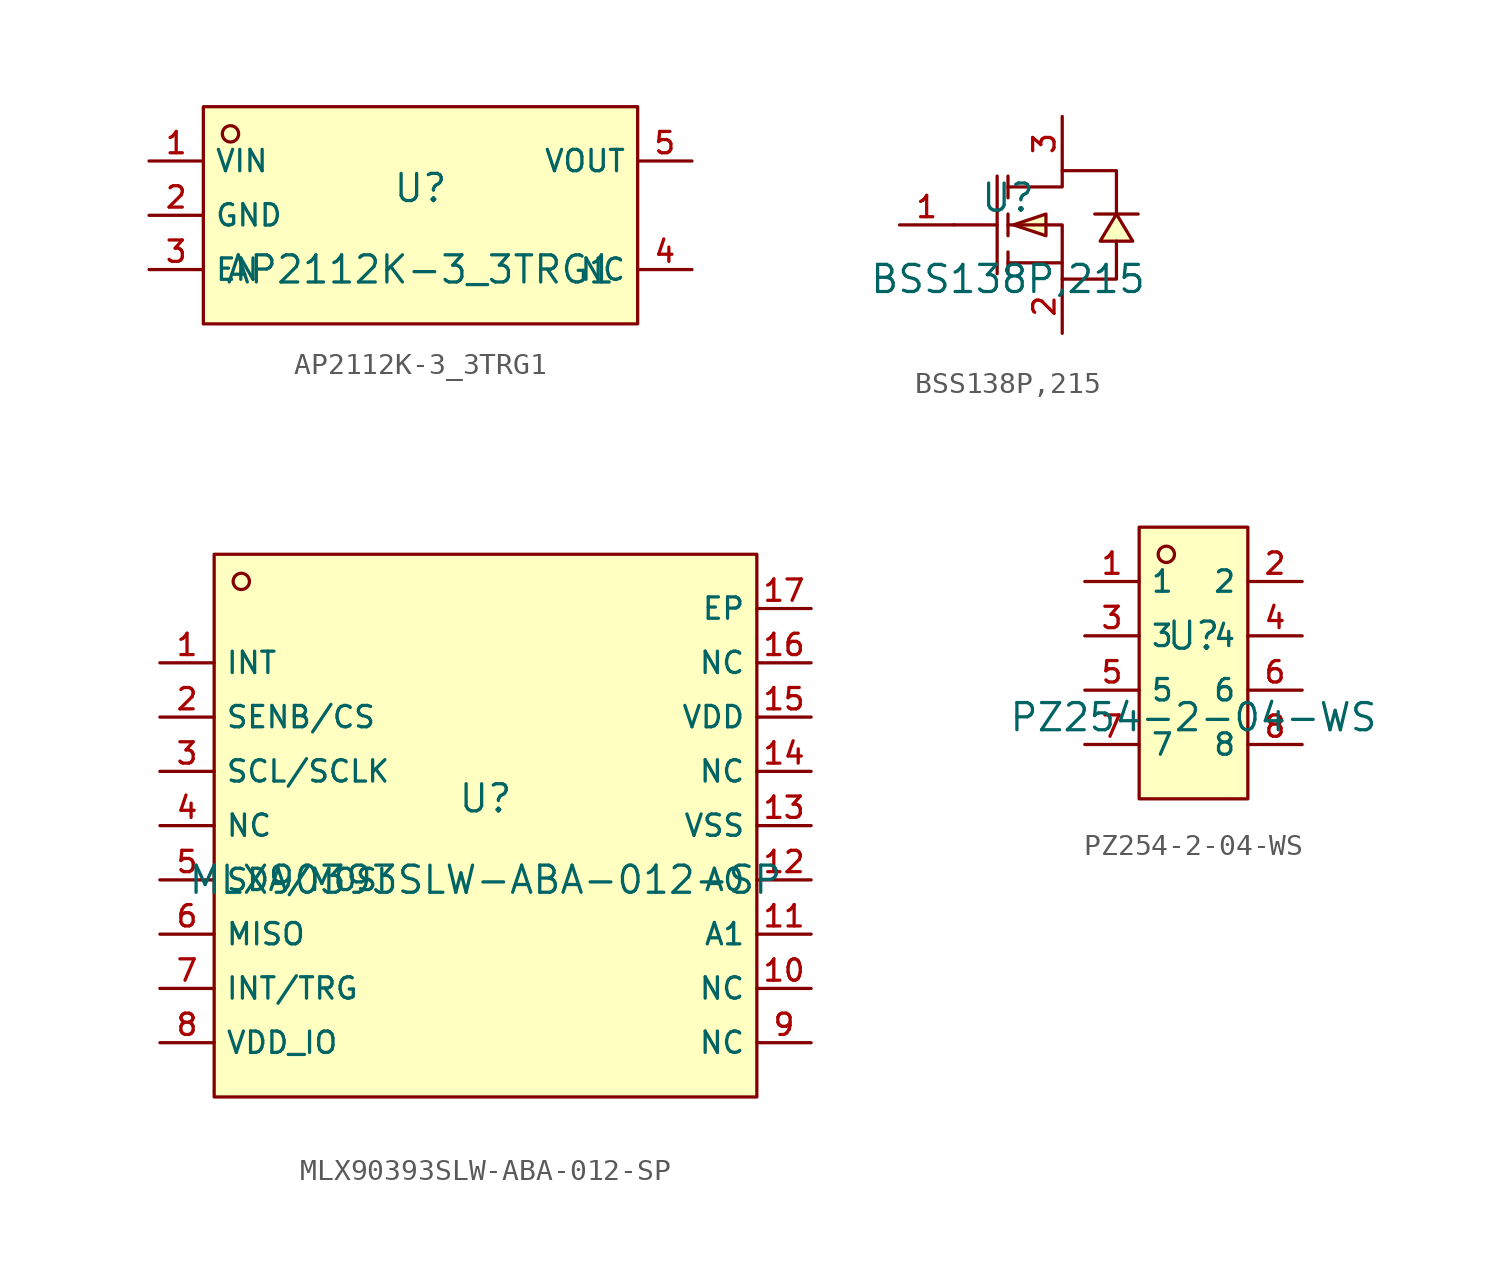
<source format=kicad_sym>
(kicad_symbol_lib
  (version 20210201)
  (generator TousstNicolas/JLC2KiCad_lib)
  (symbol "AP2112K-3_3TRG1"
    (property "Reference" "U"
      (at 0 1.27 0)
      (effects (font (size 1.27 1.27))))
    (property "Value" "AP2112K-3_3TRG1"
      (at 0 -2.54 0)
      (effects (font (size 1.27 1.27))))
    (symbol "AP2112K-3_3TRG1_0_1"
      (rectangle (start -10.16 5.08) (end 10.16 -5.08) (stroke (width 0) (type default) (color 0 0 0 0)) (fill (type background)))
      (circle (center -8.89 3.81) (radius 0.381) (stroke (width 0) (type default) (color 0 0 0 0)) (fill (type background)))
      (pin unspecified line (at -12.7 2.54 0) (length 2.54) (name "VIN" (effects (font (size 1 1)))) (number "1" (effects (font (size 1 1)))))
      (pin unspecified line (at -12.7 -0.0 0) (length 2.54) (name "GND" (effects (font (size 1 1)))) (number "2" (effects (font (size 1 1)))))
      (pin unspecified line (at -12.7 -2.54 0) (length 2.54) (name "EN" (effects (font (size 1 1)))) (number "3" (effects (font (size 1 1)))))
      (pin unspecified line (at 12.7 -2.54 180) (length 2.54) (name "NC" (effects (font (size 1 1)))) (number "4" (effects (font (size 1 1)))))
      (pin unspecified line (at 12.7 2.54 180) (length 2.54) (name "VOUT" (effects (font (size 1 1)))) (number "5" (effects (font (size 1 1)))))))
  (symbol "BSS138P,215"
    (pin_names hide)
    (property "Reference" "U"
      (at 0 1.27 0)
      (effects (font (size 1.27 1.27))))
    (property "Value" "BSS138P,215"
      (at 0 -2.54 0)
      (effects (font (size 1.27 1.27))))
    (symbol "BSS138P,215_0_1"
      (polyline (pts (xy 0.254 -0.0) (xy 1.778 -0.508) (xy 1.778 0.508) (xy 0.254 -0.0)) (stroke (width 0) (type default) (color 0 0 0 0)) (fill (type background)))
      (polyline (pts (xy 5.08 0.508) (xy 4.318 -0.762) (xy 5.842 -0.762) (xy 5.08 0.508)) (stroke (width 0) (type default) (color 0 0 0 0)) (fill (type background)))
      (polyline (pts (xy 0.0 1.778) (xy 2.54 1.778) (xy 2.54 2.54) (xy 5.08 2.54) (xy 5.08 0.508)) (stroke (width 0) (type default) (color 0 0 0 0)) (fill (type none)))
      (polyline (pts (xy 0.0 -0.0) (xy 2.54 -0.0) (xy 2.54 -2.54) (xy 5.08 -2.54) (xy 5.08 -0.762)) (stroke (width 0) (type default) (color 0 0 0 0)) (fill (type none)))
      (polyline (pts (xy 2.54 -1.778) (xy 0.0 -1.778)) (stroke (width 0) (type default) (color 0 0 0 0)) (fill (type none)))
      (polyline (pts (xy -0.508 2.286) (xy -0.508 -2.286)) (stroke (width 0) (type default) (color 0 0 0 0)) (fill (type none)))
      (polyline (pts (xy 0.0 2.286) (xy 0.0 1.27)) (stroke (width 0) (type default) (color 0 0 0 0)) (fill (type none)))
      (polyline (pts (xy 0.0 -0.508) (xy 0.0 0.508)) (stroke (width 0) (type default) (color 0 0 0 0)) (fill (type none)))
      (polyline (pts (xy 0.0 -2.286) (xy 0.0 -1.27)) (stroke (width 0) (type default) (color 0 0 0 0)) (fill (type none)))
      (polyline (pts (xy -2.54 -0.0) (xy -0.508 -0.0)) (stroke (width 0) (type default) (color 0 0 0 0)) (fill (type none)))
      (polyline (pts (xy 6.096 0.508) (xy 5.588 0.508) (xy 4.572 0.508) (xy 4.064 0.508)) (stroke (width 0) (type default) (color 0 0 0 0)) (fill (type none)))
      (pin unspecified line (at -5.08 -0.0 0) (length 2.54) (name "G" (effects (font (size 1 1)))) (number "1" (effects (font (size 1 1)))))
      (pin unspecified line (at 2.54 -5.08 90) (length 2.54) (name "S" (effects (font (size 1 1)))) (number "2" (effects (font (size 1 1)))))
      (pin unspecified line (at 2.54 5.08 270) (length 2.54) (name "D" (effects (font (size 1 1)))) (number "3" (effects (font (size 1 1)))))))
  (symbol "MLX90393SLW-ABA-012-SP"
    (property "Reference" "U"
      (at 0 1.27 0)
      (effects (font (size 1.27 1.27))))
    (property "Value" "MLX90393SLW-ABA-012-SP"
      (at 0 -2.54 0)
      (effects (font (size 1.27 1.27))))
    (symbol "MLX90393SLW-ABA-012-SP_0_1"
      (pin unspecified line (at 15.24 10.16 180) (length 2.54) (name "EP" (effects (font (size 1 1)))) (number "17" (effects (font (size 1 1)))))
      (pin unspecified line (at 15.24 7.62 180) (length 2.54) (name "NC" (effects (font (size 1 1)))) (number "16" (effects (font (size 1 1)))))
      (pin unspecified line (at 15.24 5.08 180) (length 2.54) (name "VDD" (effects (font (size 1 1)))) (number "15" (effects (font (size 1 1)))))
      (pin unspecified line (at 15.24 2.54 180) (length 2.54) (name "NC" (effects (font (size 1 1)))) (number "14" (effects (font (size 1 1)))))
      (pin unspecified line (at 15.24 -0.0 180) (length 2.54) (name "VSS" (effects (font (size 1 1)))) (number "13" (effects (font (size 1 1)))))
      (pin unspecified line (at 15.24 -2.54 180) (length 2.54) (name "A0" (effects (font (size 1 1)))) (number "12" (effects (font (size 1 1)))))
      (pin unspecified line (at 15.24 -5.08 180) (length 2.54) (name "A1" (effects (font (size 1 1)))) (number "11" (effects (font (size 1 1)))))
      (pin unspecified line (at 15.24 -7.62 180) (length 2.54) (name "NC" (effects (font (size 1 1)))) (number "10" (effects (font (size 1 1)))))
      (pin unspecified line (at 15.24 -10.16 180) (length 2.54) (name "NC" (effects (font (size 1 1)))) (number "9" (effects (font (size 1 1)))))
      (pin unspecified line (at -15.24 -10.16 0) (length 2.54) (name "VDD_IO" (effects (font (size 1 1)))) (number "8" (effects (font (size 1 1)))))
      (pin unspecified line (at -15.24 -7.62 0) (length 2.54) (name "INT/TRG" (effects (font (size 1 1)))) (number "7" (effects (font (size 1 1)))))
      (pin unspecified line (at -15.24 -5.08 0) (length 2.54) (name "MISO" (effects (font (size 1 1)))) (number "6" (effects (font (size 1 1)))))
      (pin unspecified line (at -15.24 -2.54 0) (length 2.54) (name "SDA/MOSI" (effects (font (size 1 1)))) (number "5" (effects (font (size 1 1)))))
      (pin unspecified line (at -15.24 -0.0 0) (length 2.54) (name "NC" (effects (font (size 1 1)))) (number "4" (effects (font (size 1 1)))))
      (pin unspecified line (at -15.24 2.54 0) (length 2.54) (name "SCL/SCLK" (effects (font (size 1 1)))) (number "3" (effects (font (size 1 1)))))
      (pin unspecified line (at -15.24 5.08 0) (length 2.54) (name "SENB/CS" (effects (font (size 1 1)))) (number "2" (effects (font (size 1 1)))))
      (pin unspecified line (at -15.24 7.62 0) (length 2.54) (name "INT" (effects (font (size 1 1)))) (number "1" (effects (font (size 1 1)))))
      (circle (center -11.43 11.43) (radius 0.381) (stroke (width 0) (type default) (color 0 0 0 0)) (fill (type background)))
      (rectangle (start -12.7 12.7) (end 12.7 -12.7) (stroke (width 0) (type default) (color 0 0 0 0)) (fill (type background)))))
  (symbol "PZ254-2-04-WS"
    (property "Reference" "U"
      (at 0 1.27 0)
      (effects (font (size 1.27 1.27))))
    (property "Value" "PZ254-2-04-WS"
      (at 0 -2.54 0)
      (effects (font (size 1.27 1.27))))
    (symbol "PZ254-2-04-WS_0_1"
      (rectangle (start -2.54 6.35) (end 2.54 -6.35) (stroke (width 0) (type default) (color 0 0 0 0)) (fill (type background)))
      (circle (center -1.27 5.08) (radius 0.381) (stroke (width 0) (type default) (color 0 0 0 0)) (fill (type background)))
      (pin unspecified line (at -5.08 3.81 0) (length 2.54) (name "1" (effects (font (size 1 1)))) (number "1" (effects (font (size 1 1)))))
      (pin unspecified line (at 5.08 -3.81 180) (length 2.54) (name "8" (effects (font (size 1 1)))) (number "8" (effects (font (size 1 1)))))
      (pin unspecified line (at -5.08 1.27 0) (length 2.54) (name "3" (effects (font (size 1 1)))) (number "3" (effects (font (size 1 1)))))
      (pin unspecified line (at 5.08 -1.27 180) (length 2.54) (name "6" (effects (font (size 1 1)))) (number "6" (effects (font (size 1 1)))))
      (pin unspecified line (at -5.08 -1.27 0) (length 2.54) (name "5" (effects (font (size 1 1)))) (number "5" (effects (font (size 1 1)))))
      (pin unspecified line (at 5.08 1.27 180) (length 2.54) (name "4" (effects (font (size 1 1)))) (number "4" (effects (font (size 1 1)))))
      (pin unspecified line (at -5.08 -3.81 0) (length 2.54) (name "7" (effects (font (size 1 1)))) (number "7" (effects (font (size 1 1)))))
      (pin unspecified line (at 5.08 3.81 180) (length 2.54) (name "2" (effects (font (size 1 1)))) (number "2" (effects (font (size 1 1))))))))
</source>
